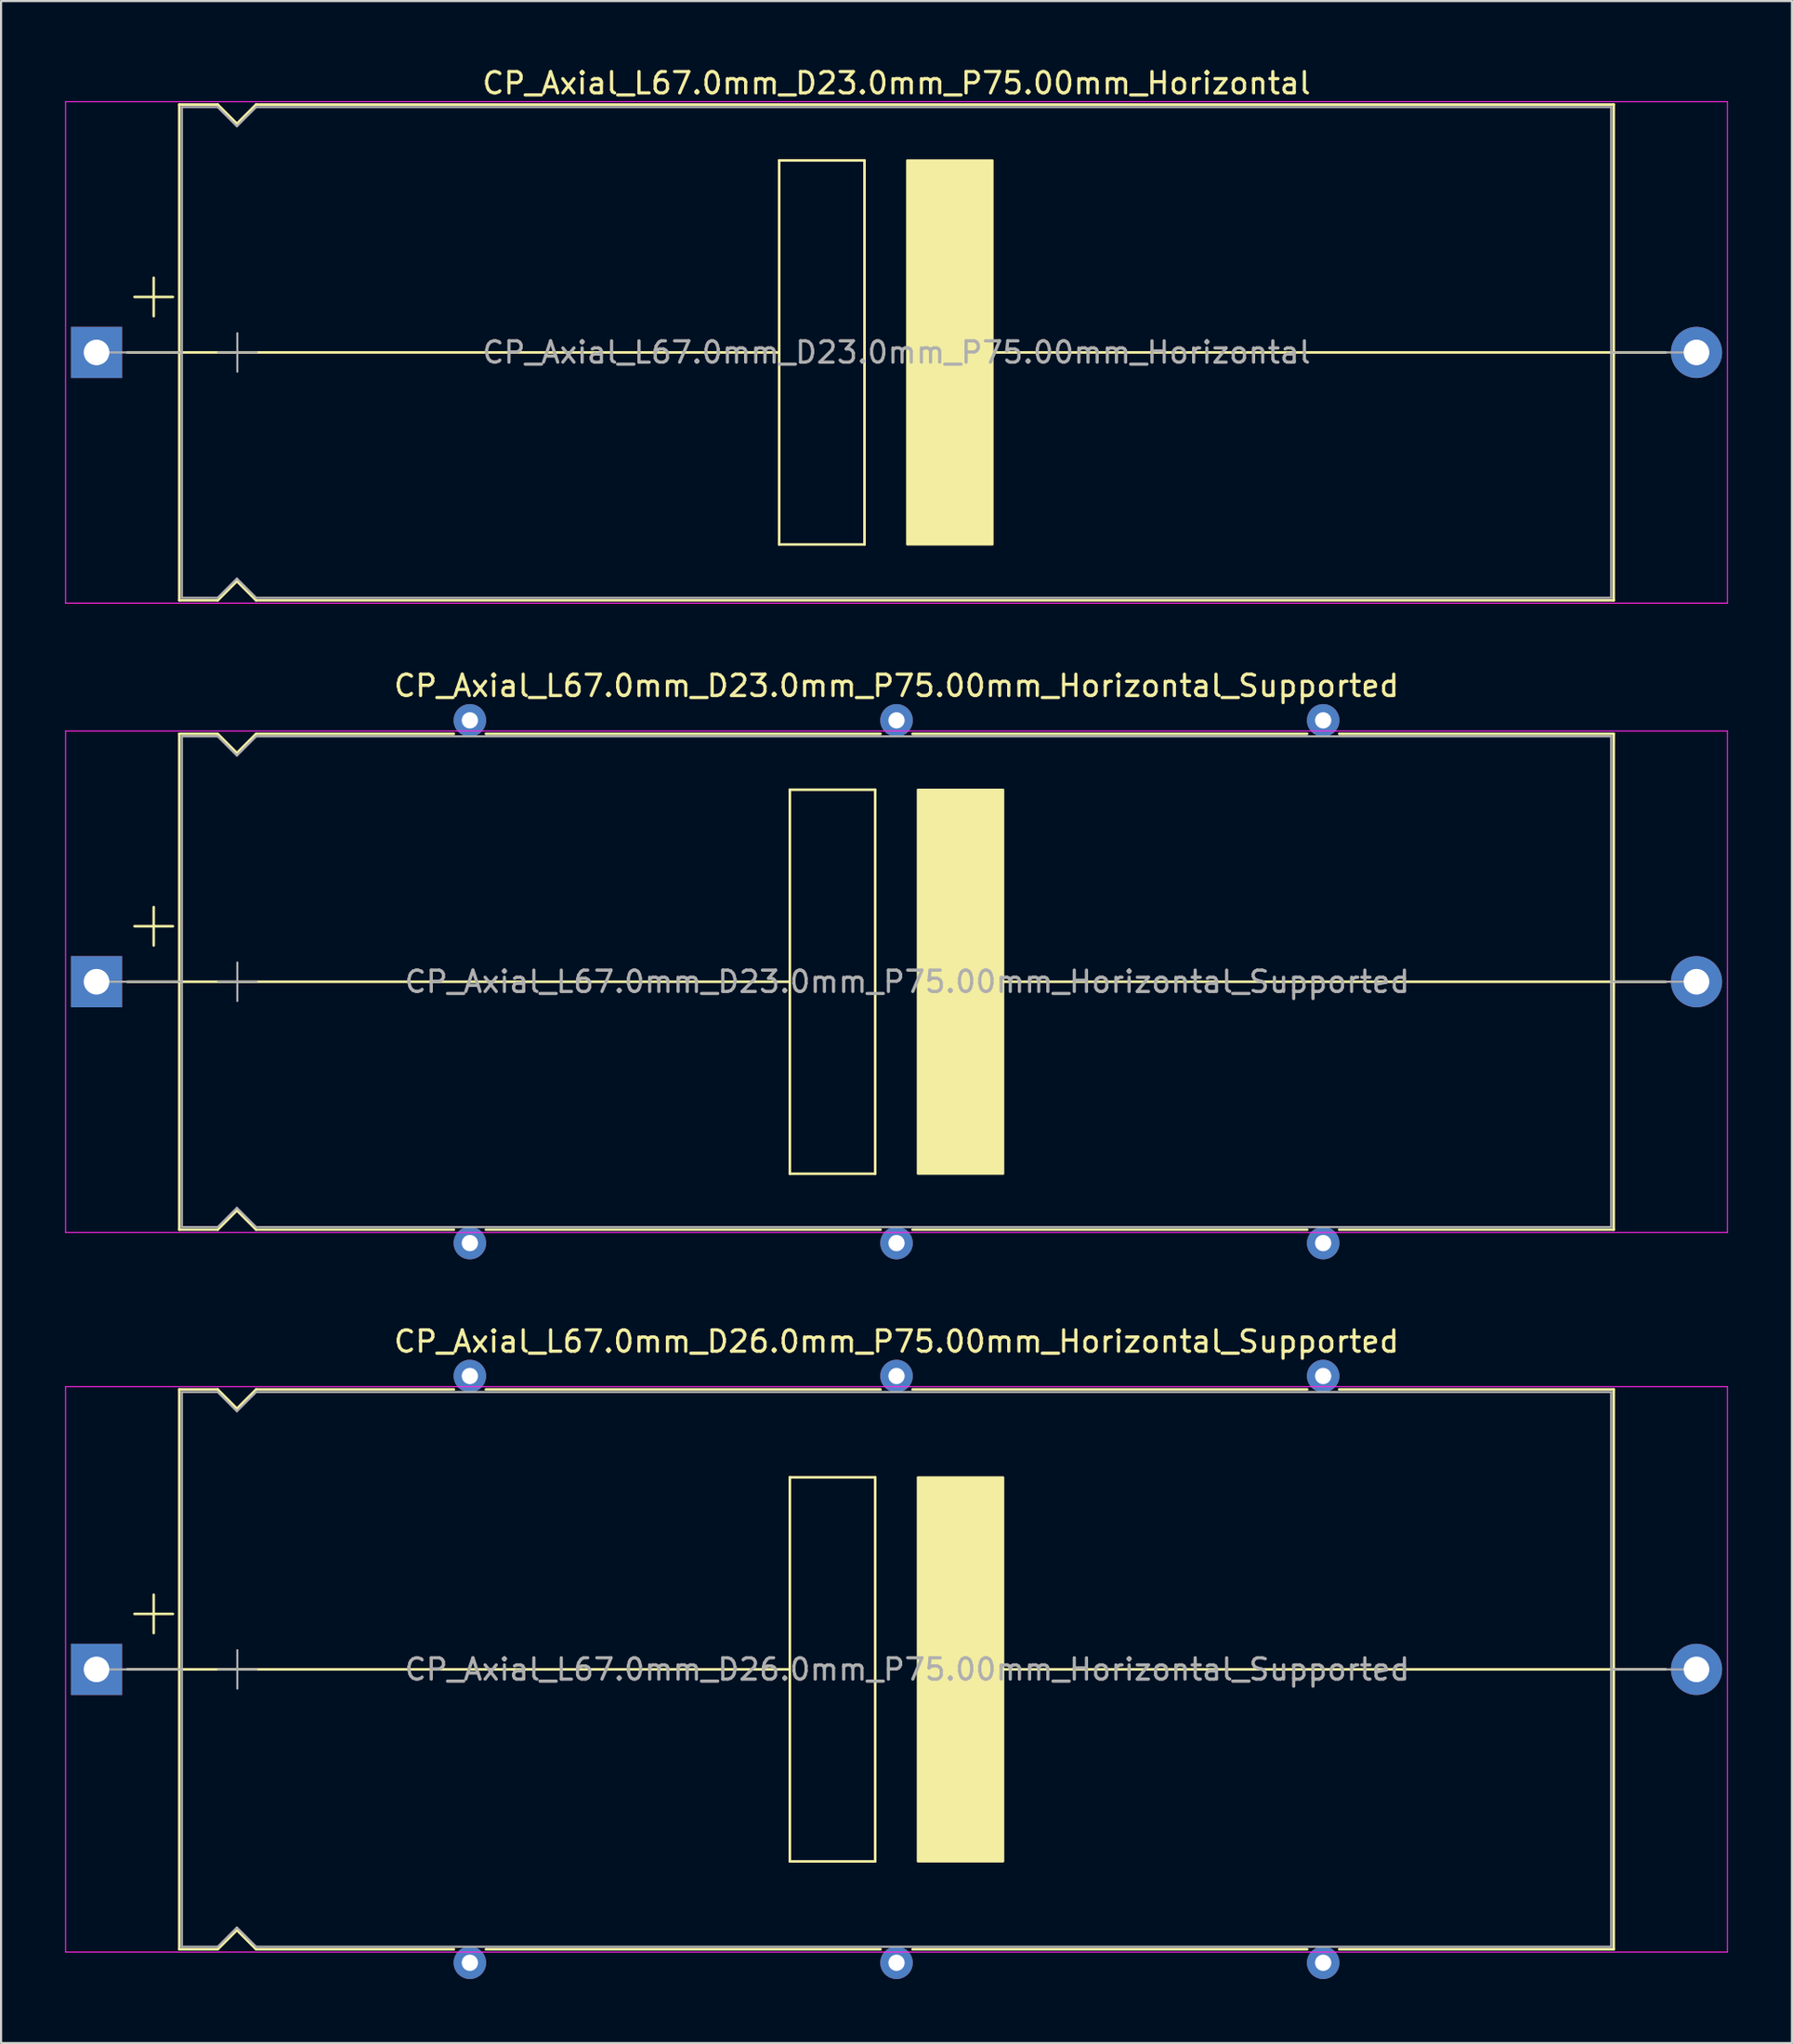
<source format=kicad_pcb>
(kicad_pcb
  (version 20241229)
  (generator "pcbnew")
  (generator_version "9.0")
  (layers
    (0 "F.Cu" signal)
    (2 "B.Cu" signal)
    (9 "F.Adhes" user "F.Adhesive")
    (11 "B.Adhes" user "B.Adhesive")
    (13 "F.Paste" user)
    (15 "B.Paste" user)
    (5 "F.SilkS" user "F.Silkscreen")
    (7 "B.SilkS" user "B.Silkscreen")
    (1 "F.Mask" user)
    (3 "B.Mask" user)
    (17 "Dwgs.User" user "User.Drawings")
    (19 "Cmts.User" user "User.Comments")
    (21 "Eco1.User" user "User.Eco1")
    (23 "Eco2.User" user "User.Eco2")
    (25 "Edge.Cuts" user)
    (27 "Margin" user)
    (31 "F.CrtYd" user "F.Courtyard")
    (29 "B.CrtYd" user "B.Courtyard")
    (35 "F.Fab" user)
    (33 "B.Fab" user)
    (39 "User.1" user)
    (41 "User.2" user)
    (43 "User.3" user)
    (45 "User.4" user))
  (footprint "CP_Axial_L67.0mm_D26.0mm_P75.00mm_Horizontal_Supported"
    (layer "F.Cu")
    (at 1.475 75.192)
    (property "Reference" "CP_Axial_L67.0mm_D26.0mm_P75.00mm_Horizontal_Supported" (at 37.5 -15.37 0) (layer "F.SilkS") (effects (font (size 1 1) (thickness 0.15))))
    (attr through_hole)
    (fp_line (start 1.44 0) (end 3.88 0) (stroke (width 0.12) (type solid)) (layer "F.SilkS"))
    (fp_line (start 1.78 -2.6) (end 3.58 -2.6) (stroke (width 0.12) (type solid)) (layer "F.SilkS"))
    (fp_line (start 2.68 -3.5) (end 2.68 -1.7) (stroke (width 0.12) (type solid)) (layer "F.SilkS"))
    (fp_line (start 3.873 0) (end 32.5 0) (stroke (width 0.12) (type solid)) (layer "F.SilkS"))
    (fp_line (start 3.88 -13.12) (end 3.88 13.12) (stroke (width 0.12) (type solid)) (layer "F.SilkS"))
    (fp_line (start 3.88 -13.12) (end 5.68 -13.12) (stroke (width 0.12) (type solid)) (layer "F.SilkS"))
    (fp_line (start 3.88 13.12) (end 5.68 13.12) (stroke (width 0.12) (type solid)) (layer "F.SilkS"))
    (fp_line (start 5.68 -13.12) (end 6.58 -12.22) (stroke (width 0.12) (type solid)) (layer "F.SilkS"))
    (fp_line (start 5.68 13.12) (end 6.58 12.22) (stroke (width 0.12) (type solid)) (layer "F.SilkS"))
    (fp_line (start 6.58 -12.22) (end 7.48 -13.12) (stroke (width 0.12) (type solid)) (layer "F.SilkS"))
    (fp_line (start 6.58 12.22) (end 7.48 13.12) (stroke (width 0.12) (type solid)) (layer "F.SilkS"))
    (fp_line (start 7.48 -13.12) (end 16.75 -13.12) (stroke (width 0.12) (type solid)) (layer "F.SilkS"))
    (fp_line (start 7.48 13.12) (end 16.75 13.12) (stroke (width 0.12) (type solid)) (layer "F.SilkS"))
    (fp_line (start 18.25 -13.12) (end 36.75 -13.12) (stroke (width 0.12) (type solid)) (layer "F.SilkS"))
    (fp_line (start 18.25 13.12) (end 36.75 13.12) (stroke (width 0.12) (type solid)) (layer "F.SilkS"))
    (fp_line (start 32.5 -9) (end 36.5 -9) (stroke (width 0.12) (type solid)) (layer "F.SilkS"))
    (fp_line (start 32.5 9) (end 32.5 -9) (stroke (width 0.12) (type solid)) (layer "F.SilkS"))
    (fp_line (start 36.5 -9) (end 36.5 9) (stroke (width 0.12) (type solid)) (layer "F.SilkS"))
    (fp_line (start 36.5 9) (end 32.5 9) (stroke (width 0.12) (type solid)) (layer "F.SilkS"))
    (fp_line (start 38.25 -13.12) (end 56.75 -13.12) (stroke (width 0.12) (type solid)) (layer "F.SilkS"))
    (fp_line (start 38.25 13.12) (end 56.75 13.12) (stroke (width 0.12) (type solid)) (layer "F.SilkS"))
    (fp_line (start 42 0) (end 71.12 0) (stroke (width 0.12) (type solid)) (layer "F.SilkS"))
    (fp_line (start 58.25 -13.12) (end 71.12 -13.12) (stroke (width 0.12) (type solid)) (layer "F.SilkS"))
    (fp_line (start 58.25 13.12) (end 71.12 13.12) (stroke (width 0.12) (type solid)) (layer "F.SilkS"))
    (fp_line (start 71.12 -13.12) (end 71.12 13.12) (stroke (width 0.12) (type solid)) (layer "F.SilkS"))
    (fp_line (start 73.56 0) (end 71.12 0) (stroke (width 0.12) (type solid)) (layer "F.SilkS"))
    (fp_poly (pts (xy 42.5 9) (xy 38.5 9) (xy 38.5 -9) (xy 42.5 -9)) (stroke (width 0.1) (type solid)) (fill yes) (layer "F.SilkS"))
    (fp_line (start -1.45 -13.25) (end -1.45 13.25) (stroke (width 0.05) (type solid)) (layer "F.CrtYd"))
    (fp_line (start -1.45 13.25) (end 76.45 13.25) (stroke (width 0.05) (type solid)) (layer "F.CrtYd"))
    (fp_line (start 76.45 -13.25) (end -1.45 -13.25) (stroke (width 0.05) (type solid)) (layer "F.CrtYd"))
    (fp_line (start 76.45 13.25) (end 76.45 -13.25) (stroke (width 0.05) (type solid)) (layer "F.CrtYd"))
    (fp_line (start 0 0) (end 4 0) (stroke (width 0.1) (type solid)) (layer "F.Fab"))
    (fp_line (start 4 -13) (end 4 13) (stroke (width 0.1) (type solid)) (layer "F.Fab"))
    (fp_line (start 4 -13) (end 5.68 -13) (stroke (width 0.1) (type solid)) (layer "F.Fab"))
    (fp_line (start 4 13) (end 5.68 13) (stroke (width 0.1) (type solid)) (layer "F.Fab"))
    (fp_line (start 5.68 -13) (end 6.58 -12.1) (stroke (width 0.1) (type solid)) (layer "F.Fab"))
    (fp_line (start 5.68 13) (end 6.58 12.1) (stroke (width 0.1) (type solid)) (layer "F.Fab"))
    (fp_line (start 5.7 0) (end 7.5 0) (stroke (width 0.1) (type solid)) (layer "F.Fab"))
    (fp_line (start 6.58 -12.1) (end 7.48 -13) (stroke (width 0.1) (type solid)) (layer "F.Fab"))
    (fp_line (start 6.58 12.1) (end 7.48 13) (stroke (width 0.1) (type solid)) (layer "F.Fab"))
    (fp_line (start 6.6 -0.9) (end 6.6 0.9) (stroke (width 0.1) (type solid)) (layer "F.Fab"))
    (fp_line (start 7.48 -13) (end 71 -13) (stroke (width 0.1) (type solid)) (layer "F.Fab"))
    (fp_line (start 7.48 13) (end 71 13) (stroke (width 0.1) (type solid)) (layer "F.Fab"))
    (fp_line (start 71 -13) (end 71 13) (stroke (width 0.1) (type solid)) (layer "F.Fab"))
    (fp_line (start 75 0) (end 71 0) (stroke (width 0.1) (type solid)) (layer "F.Fab"))
    (fp_text user "${REFERENCE}" (at 38 0 0) (layer "F.Fab") (effects (font (size 1 1) (thickness 0.15))))
    (pad "" thru_hole circle (at 17.5 -13.75) (size 1.524 1.524) (drill 0.762) (layers "*.Cu" "*.Mask"))
    (pad "" thru_hole circle (at 17.5 13.75) (size 1.524 1.524) (drill 0.762) (layers "*.Cu" "*.Mask"))
    (pad "" thru_hole circle (at 37.5 -13.75) (size 1.524 1.524) (drill 0.762) (layers "*.Cu" "*.Mask"))
    (pad "" thru_hole circle (at 37.5 13.75) (size 1.524 1.524) (drill 0.762) (layers "*.Cu" "*.Mask"))
    (pad "" thru_hole circle (at 57.5 -13.75) (size 1.524 1.524) (drill 0.762) (layers "*.Cu" "*.Mask"))
    (pad "" thru_hole circle (at 57.5 13.75) (size 1.524 1.524) (drill 0.762) (layers "*.Cu" "*.Mask"))
    (pad "1" thru_hole rect (at 0 0) (size 2.4 2.4) (drill 1.2) (layers "*.Cu" "*.Mask"))
    (pad "2" thru_hole oval (at 75 0) (size 2.4 2.4) (drill 1.2) (layers "*.Cu" "*.Mask")))
  (footprint "CP_Axial_L67.0mm_D23.0mm_P75.00mm_Horizontal_Supported"
    (layer "F.Cu")
    (at 1.475 42.962)
    (property "Reference" "CP_Axial_L67.0mm_D23.0mm_P75.00mm_Horizontal_Supported" (at 37.5 -13.87 0) (layer "F.SilkS") (effects (font (size 1 1) (thickness 0.15))))
    (attr through_hole)
    (fp_line (start 1.44 0) (end 3.88 0) (stroke (width 0.12) (type solid)) (layer "F.SilkS"))
    (fp_line (start 1.78 -2.6) (end 3.58 -2.6) (stroke (width 0.12) (type solid)) (layer "F.SilkS"))
    (fp_line (start 2.68 -3.5) (end 2.68 -1.7) (stroke (width 0.12) (type solid)) (layer "F.SilkS"))
    (fp_line (start 3.873 0) (end 32.5 0) (stroke (width 0.12) (type solid)) (layer "F.SilkS"))
    (fp_line (start 3.88 -11.62) (end 3.88 11.62) (stroke (width 0.12) (type solid)) (layer "F.SilkS"))
    (fp_line (start 3.88 -11.62) (end 5.68 -11.62) (stroke (width 0.12) (type solid)) (layer "F.SilkS"))
    (fp_line (start 3.88 11.62) (end 5.68 11.62) (stroke (width 0.12) (type solid)) (layer "F.SilkS"))
    (fp_line (start 5.68 -11.62) (end 6.58 -10.72) (stroke (width 0.12) (type solid)) (layer "F.SilkS"))
    (fp_line (start 5.68 11.62) (end 6.58 10.72) (stroke (width 0.12) (type solid)) (layer "F.SilkS"))
    (fp_line (start 6.58 -10.72) (end 7.48 -11.62) (stroke (width 0.12) (type solid)) (layer "F.SilkS"))
    (fp_line (start 6.58 10.72) (end 7.48 11.62) (stroke (width 0.12) (type solid)) (layer "F.SilkS"))
    (fp_line (start 7.48 -11.62) (end 16.75 -11.62) (stroke (width 0.12) (type solid)) (layer "F.SilkS"))
    (fp_line (start 7.48 11.62) (end 16.75 11.62) (stroke (width 0.12) (type solid)) (layer "F.SilkS"))
    (fp_line (start 18.25 -11.62) (end 36.75 -11.62) (stroke (width 0.12) (type solid)) (layer "F.SilkS"))
    (fp_line (start 18.25 11.62) (end 36.75 11.62) (stroke (width 0.12) (type solid)) (layer "F.SilkS"))
    (fp_line (start 32.5 -9) (end 36.5 -9) (stroke (width 0.12) (type solid)) (layer "F.SilkS"))
    (fp_line (start 32.5 9) (end 32.5 -9) (stroke (width 0.12) (type solid)) (layer "F.SilkS"))
    (fp_line (start 36.5 -9) (end 36.5 9) (stroke (width 0.12) (type solid)) (layer "F.SilkS"))
    (fp_line (start 36.5 9) (end 32.5 9) (stroke (width 0.12) (type solid)) (layer "F.SilkS"))
    (fp_line (start 38.25 -11.62) (end 56.75 -11.62) (stroke (width 0.12) (type solid)) (layer "F.SilkS"))
    (fp_line (start 38.25 11.62) (end 56.75 11.62) (stroke (width 0.12) (type solid)) (layer "F.SilkS"))
    (fp_line (start 42 0) (end 71.12 0) (stroke (width 0.12) (type solid)) (layer "F.SilkS"))
    (fp_line (start 58.25 -11.62) (end 71.12 -11.62) (stroke (width 0.12) (type solid)) (layer "F.SilkS"))
    (fp_line (start 58.25 11.62) (end 71.12 11.62) (stroke (width 0.12) (type solid)) (layer "F.SilkS"))
    (fp_line (start 71.12 -11.62) (end 71.12 11.62) (stroke (width 0.12) (type solid)) (layer "F.SilkS"))
    (fp_line (start 73.56 0) (end 71.12 0) (stroke (width 0.12) (type solid)) (layer "F.SilkS"))
    (fp_poly (pts (xy 42.5 9) (xy 38.5 9) (xy 38.5 -9) (xy 42.5 -9)) (stroke (width 0.1) (type solid)) (fill yes) (layer "F.SilkS"))
    (fp_line (start -1.45 -11.75) (end -1.45 11.75) (stroke (width 0.05) (type solid)) (layer "F.CrtYd"))
    (fp_line (start -1.45 11.75) (end 76.45 11.75) (stroke (width 0.05) (type solid)) (layer "F.CrtYd"))
    (fp_line (start 76.45 -11.75) (end -1.45 -11.75) (stroke (width 0.05) (type solid)) (layer "F.CrtYd"))
    (fp_line (start 76.45 11.75) (end 76.45 -11.75) (stroke (width 0.05) (type solid)) (layer "F.CrtYd"))
    (fp_line (start 0 0) (end 4 0) (stroke (width 0.1) (type solid)) (layer "F.Fab"))
    (fp_line (start 4 -11.5) (end 4 11.5) (stroke (width 0.1) (type solid)) (layer "F.Fab"))
    (fp_line (start 4 -11.5) (end 5.68 -11.5) (stroke (width 0.1) (type solid)) (layer "F.Fab"))
    (fp_line (start 4 11.5) (end 5.68 11.5) (stroke (width 0.1) (type solid)) (layer "F.Fab"))
    (fp_line (start 5.68 -11.5) (end 6.58 -10.6) (stroke (width 0.1) (type solid)) (layer "F.Fab"))
    (fp_line (start 5.68 11.5) (end 6.58 10.6) (stroke (width 0.1) (type solid)) (layer "F.Fab"))
    (fp_line (start 5.7 0) (end 7.5 0) (stroke (width 0.1) (type solid)) (layer "F.Fab"))
    (fp_line (start 6.58 -10.6) (end 7.48 -11.5) (stroke (width 0.1) (type solid)) (layer "F.Fab"))
    (fp_line (start 6.58 10.6) (end 7.48 11.5) (stroke (width 0.1) (type solid)) (layer "F.Fab"))
    (fp_line (start 6.6 -0.9) (end 6.6 0.9) (stroke (width 0.1) (type solid)) (layer "F.Fab"))
    (fp_line (start 7.48 -11.5) (end 71 -11.5) (stroke (width 0.1) (type solid)) (layer "F.Fab"))
    (fp_line (start 7.48 11.5) (end 71 11.5) (stroke (width 0.1) (type solid)) (layer "F.Fab"))
    (fp_line (start 71 -11.5) (end 71 11.5) (stroke (width 0.1) (type solid)) (layer "F.Fab"))
    (fp_line (start 75 0) (end 71 0) (stroke (width 0.1) (type solid)) (layer "F.Fab"))
    (fp_text user "${REFERENCE}" (at 38 0 0) (layer "F.Fab") (effects (font (size 1 1) (thickness 0.15))))
    (pad "" thru_hole circle (at 17.5 -12.25) (size 1.524 1.524) (drill 0.762) (layers "*.Cu" "*.Mask"))
    (pad "" thru_hole circle (at 17.5 12.25) (size 1.524 1.524) (drill 0.762) (layers "*.Cu" "*.Mask"))
    (pad "" thru_hole circle (at 37.5 -12.25) (size 1.524 1.524) (drill 0.762) (layers "*.Cu" "*.Mask"))
    (pad "" thru_hole circle (at 37.5 12.25) (size 1.524 1.524) (drill 0.762) (layers "*.Cu" "*.Mask"))
    (pad "" thru_hole circle (at 57.5 -12.25) (size 1.524 1.524) (drill 0.762) (layers "*.Cu" "*.Mask"))
    (pad "" thru_hole circle (at 57.5 12.25) (size 1.524 1.524) (drill 0.762) (layers "*.Cu" "*.Mask"))
    (pad "1" thru_hole rect (at 0 0) (size 2.4 2.4) (drill 1.2) (layers "*.Cu" "*.Mask"))
    (pad "2" thru_hole oval (at 75 0) (size 2.4 2.4) (drill 1.2) (layers "*.Cu" "*.Mask")))
  (footprint "CP_Axial_L67.0mm_D23.0mm_P75.00mm_Horizontal"
    (layer "F.Cu")
    (at 1.475 13.468)
    (property "Reference" "CP_Axial_L67.0mm_D23.0mm_P75.00mm_Horizontal" (at 37.5 -12.62 0) (layer "F.SilkS") (effects (font (size 1 1) (thickness 0.15))))
    (attr through_hole)
    (fp_line (start 1.44 0) (end 3.88 0) (stroke (width 0.12) (type solid)) (layer "F.SilkS"))
    (fp_line (start 1.78 -2.6) (end 3.58 -2.6) (stroke (width 0.12) (type solid)) (layer "F.SilkS"))
    (fp_line (start 2.68 -3.5) (end 2.68 -1.7) (stroke (width 0.12) (type solid)) (layer "F.SilkS"))
    (fp_line (start 3.88 -11.62) (end 3.88 11.62) (stroke (width 0.12) (type solid)) (layer "F.SilkS"))
    (fp_line (start 3.88 -11.62) (end 5.68 -11.62) (stroke (width 0.12) (type solid)) (layer "F.SilkS"))
    (fp_line (start 3.88 0) (end 32 0) (stroke (width 0.12) (type solid)) (layer "F.SilkS"))
    (fp_line (start 3.88 11.62) (end 5.68 11.62) (stroke (width 0.12) (type solid)) (layer "F.SilkS"))
    (fp_line (start 5.68 -11.62) (end 6.58 -10.72) (stroke (width 0.12) (type solid)) (layer "F.SilkS"))
    (fp_line (start 5.68 11.62) (end 6.58 10.72) (stroke (width 0.12) (type solid)) (layer "F.SilkS"))
    (fp_line (start 6.58 -10.72) (end 7.48 -11.62) (stroke (width 0.12) (type solid)) (layer "F.SilkS"))
    (fp_line (start 6.58 10.72) (end 7.48 11.62) (stroke (width 0.12) (type solid)) (layer "F.SilkS"))
    (fp_line (start 7.48 -11.62) (end 71.12 -11.62) (stroke (width 0.12) (type solid)) (layer "F.SilkS"))
    (fp_line (start 7.48 11.62) (end 71.12 11.62) (stroke (width 0.12) (type solid)) (layer "F.SilkS"))
    (fp_line (start 32 -9) (end 36 -9) (stroke (width 0.12) (type solid)) (layer "F.SilkS"))
    (fp_line (start 32 9) (end 32 -9) (stroke (width 0.12) (type solid)) (layer "F.SilkS"))
    (fp_line (start 36 -9) (end 36 9) (stroke (width 0.12) (type solid)) (layer "F.SilkS"))
    (fp_line (start 36 9) (end 32 9) (stroke (width 0.12) (type solid)) (layer "F.SilkS"))
    (fp_line (start 42 0) (end 71.12 0) (stroke (width 0.12) (type solid)) (layer "F.SilkS"))
    (fp_line (start 71.12 -11.62) (end 71.12 11.62) (stroke (width 0.12) (type solid)) (layer "F.SilkS"))
    (fp_line (start 73.56 0) (end 71.12 0) (stroke (width 0.12) (type solid)) (layer "F.SilkS"))
    (fp_poly (pts (xy 42 9) (xy 38 9) (xy 38 -9) (xy 42 -9)) (stroke (width 0.1) (type solid)) (fill yes) (layer "F.SilkS"))
    (fp_line (start -1.45 -11.75) (end -1.45 11.75) (stroke (width 0.05) (type solid)) (layer "F.CrtYd"))
    (fp_line (start -1.45 11.75) (end 76.45 11.75) (stroke (width 0.05) (type solid)) (layer "F.CrtYd"))
    (fp_line (start 76.45 -11.75) (end -1.45 -11.75) (stroke (width 0.05) (type solid)) (layer "F.CrtYd"))
    (fp_line (start 76.45 11.75) (end 76.45 -11.75) (stroke (width 0.05) (type solid)) (layer "F.CrtYd"))
    (fp_line (start 0 0) (end 4 0) (stroke (width 0.1) (type solid)) (layer "F.Fab"))
    (fp_line (start 4 -11.5) (end 4 11.5) (stroke (width 0.1) (type solid)) (layer "F.Fab"))
    (fp_line (start 4 -11.5) (end 5.68 -11.5) (stroke (width 0.1) (type solid)) (layer "F.Fab"))
    (fp_line (start 4 11.5) (end 5.68 11.5) (stroke (width 0.1) (type solid)) (layer "F.Fab"))
    (fp_line (start 5.68 -11.5) (end 6.58 -10.6) (stroke (width 0.1) (type solid)) (layer "F.Fab"))
    (fp_line (start 5.68 11.5) (end 6.58 10.6) (stroke (width 0.1) (type solid)) (layer "F.Fab"))
    (fp_line (start 5.7 0) (end 7.5 0) (stroke (width 0.1) (type solid)) (layer "F.Fab"))
    (fp_line (start 6.58 -10.6) (end 7.48 -11.5) (stroke (width 0.1) (type solid)) (layer "F.Fab"))
    (fp_line (start 6.58 10.6) (end 7.48 11.5) (stroke (width 0.1) (type solid)) (layer "F.Fab"))
    (fp_line (start 6.6 -0.9) (end 6.6 0.9) (stroke (width 0.1) (type solid)) (layer "F.Fab"))
    (fp_line (start 7.48 -11.5) (end 71 -11.5) (stroke (width 0.1) (type solid)) (layer "F.Fab"))
    (fp_line (start 7.48 11.5) (end 71 11.5) (stroke (width 0.1) (type solid)) (layer "F.Fab"))
    (fp_line (start 71 -11.5) (end 71 11.5) (stroke (width 0.1) (type solid)) (layer "F.Fab"))
    (fp_line (start 75 0) (end 71 0) (stroke (width 0.1) (type solid)) (layer "F.Fab"))
    (fp_text user "${REFERENCE}" (at 37.5 0 0) (layer "F.Fab") (effects (font (size 1 1) (thickness 0.15))))
    (pad "1" thru_hole rect (at 0 0) (size 2.4 2.4) (drill 1.2) (layers "*.Cu" "*.Mask"))
    (pad "2" thru_hole oval (at 75 0) (size 2.4 2.4) (drill 1.2) (layers "*.Cu" "*.Mask")))
  (gr_rect
    (start -3 -3)
    (end 80.95 92.704)
    (stroke (width 0.1) (type default))
    (fill no)
    (layer "Edge.Cuts")))
</source>
